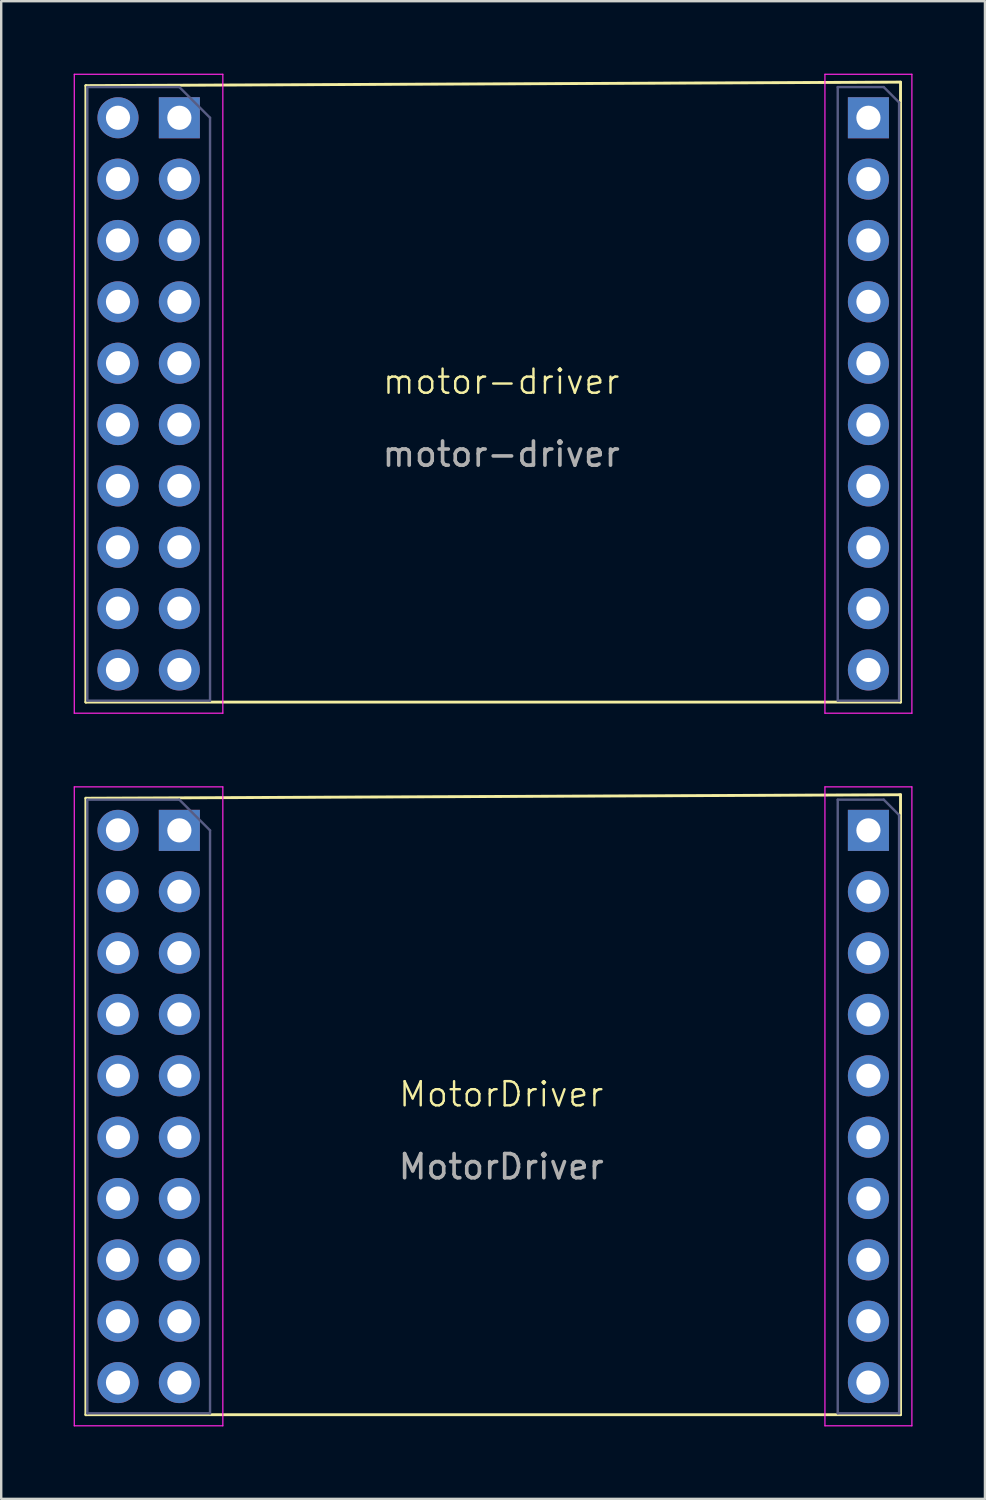
<source format=kicad_pcb>
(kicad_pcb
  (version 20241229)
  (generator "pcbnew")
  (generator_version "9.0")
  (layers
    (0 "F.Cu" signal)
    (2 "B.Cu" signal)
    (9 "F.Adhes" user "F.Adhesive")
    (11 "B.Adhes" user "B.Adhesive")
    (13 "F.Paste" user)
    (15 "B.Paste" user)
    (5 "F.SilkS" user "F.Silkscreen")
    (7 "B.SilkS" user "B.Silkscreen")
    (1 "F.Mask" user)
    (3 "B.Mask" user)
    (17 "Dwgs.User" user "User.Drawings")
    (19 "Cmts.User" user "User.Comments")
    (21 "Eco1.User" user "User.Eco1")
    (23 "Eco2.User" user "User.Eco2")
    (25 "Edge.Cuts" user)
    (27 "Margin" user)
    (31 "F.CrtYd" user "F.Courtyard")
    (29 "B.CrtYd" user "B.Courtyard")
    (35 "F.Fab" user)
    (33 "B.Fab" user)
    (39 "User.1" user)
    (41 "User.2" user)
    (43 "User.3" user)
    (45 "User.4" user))
  (footprint "motor-driver"
    (layer "F.Cu")
    (at 4.4 1.85)
    (property "Reference" "motor-driver" (at 13.3 10.9 0) (unlocked yes) (layer "F.SilkS") (effects (font (size 1 1) (thickness 0.1))))
    (attr through_hole)
    (fp_line (start -3.895 -1.355) (end -3.895 24.165) (stroke (width 0.12) (type solid)) (layer "F.SilkS"))
    (fp_line (start 29.83 -1.5) (end -3.895 -1.355) (stroke (width 0.12) (type solid)) (layer "F.SilkS"))
    (fp_line (start 29.83 -1.5) (end 29.83 24.165) (stroke (width 0.12) (type solid)) (layer "F.SilkS"))
    (fp_line (start 29.83 24.165) (end -3.895 24.165) (stroke (width 0.12) (type solid)) (layer "F.SilkS"))
    (fp_line (start -4.375 -1.825) (end 1.775 -1.825) (stroke (width 0.05) (type default)) (layer "F.CrtYd"))
    (fp_line (start -4.375 24.625) (end -4.375 -1.825) (stroke (width 0.05) (type solid)) (layer "F.CrtYd"))
    (fp_line (start -4.375 24.625) (end 1.775 24.625) (stroke (width 0.05) (type default)) (layer "F.CrtYd"))
    (fp_line (start 1.775 -1.825) (end 1.775 24.625) (stroke (width 0.05) (type solid)) (layer "F.CrtYd"))
    (fp_line (start 26.7 -1.825) (end 30.3 -1.825) (stroke (width 0.05) (type default)) (layer "F.CrtYd"))
    (fp_line (start 26.7 24.625) (end 26.7 -1.825) (stroke (width 0.05) (type solid)) (layer "F.CrtYd"))
    (fp_line (start 26.7 24.625) (end 30.3 24.625) (stroke (width 0.05) (type default)) (layer "F.CrtYd"))
    (fp_line (start 30.3 -1.825) (end 30.3 24.625) (stroke (width 0.05) (type solid)) (layer "F.CrtYd"))
    (fp_line (start -3.835 -1.295) (end -3.835 24.105) (stroke (width 0.1) (type solid)) (layer "B.Fab"))
    (fp_line (start -3.835 24.105) (end 1.245 24.105) (stroke (width 0.1) (type solid)) (layer "B.Fab"))
    (fp_line (start -0.025 -1.295) (end -3.835 -1.295) (stroke (width 0.1) (type solid)) (layer "B.Fab"))
    (fp_line (start 1.245 -0.025) (end -0.025 -1.295) (stroke (width 0.1) (type solid)) (layer "B.Fab"))
    (fp_line (start 1.245 24.105) (end 1.245 -0.025) (stroke (width 0.1) (type solid)) (layer "B.Fab"))
    (fp_line (start 27.23 -1.295) (end 27.23 24.105) (stroke (width 0.1) (type solid)) (layer "B.Fab"))
    (fp_line (start 27.23 24.105) (end 29.77 24.105) (stroke (width 0.1) (type solid)) (layer "B.Fab"))
    (fp_line (start 29.135 -1.295) (end 27.23 -1.295) (stroke (width 0.1) (type solid)) (layer "B.Fab"))
    (fp_line (start 29.77 -0.66) (end 29.135 -1.295) (stroke (width 0.1) (type solid)) (layer "B.Fab"))
    (fp_line (start 29.77 24.105) (end 29.77 -0.66) (stroke (width 0.1) (type solid)) (layer "B.Fab"))
    (fp_text user "${REFERENCE}" (at 13.3 13.9 0) (unlocked yes) (layer "F.Fab") (effects (font (size 1 1) (thickness 0.15))))
    (pad "1" thru_hole rect (at -0.025 -0.025 180) (size 1.7 1.7) (drill 1) (layers "*.Cu" "*.Mask"))
    (pad "2" thru_hole oval (at -2.565 -0.025 180) (size 1.7 1.7) (drill 1) (layers "*.Cu" "*.Mask"))
    (pad "3" thru_hole oval (at -0.025 2.515 180) (size 1.7 1.7) (drill 1) (layers "*.Cu" "*.Mask"))
    (pad "4" thru_hole oval (at -2.565 2.515 180) (size 1.7 1.7) (drill 1) (layers "*.Cu" "*.Mask"))
    (pad "5" thru_hole oval (at -0.025 5.055 180) (size 1.7 1.7) (drill 1) (layers "*.Cu" "*.Mask"))
    (pad "6" thru_hole oval (at -2.565 5.055 180) (size 1.7 1.7) (drill 1) (layers "*.Cu" "*.Mask"))
    (pad "7" thru_hole oval (at -0.025 7.595 180) (size 1.7 1.7) (drill 1) (layers "*.Cu" "*.Mask"))
    (pad "8" thru_hole oval (at -2.565 7.595 180) (size 1.7 1.7) (drill 1) (layers "*.Cu" "*.Mask"))
    (pad "9" thru_hole oval (at -0.025 10.135 180) (size 1.7 1.7) (drill 1) (layers "*.Cu" "*.Mask"))
    (pad "10" thru_hole oval (at -2.565 10.135 180) (size 1.7 1.7) (drill 1) (layers "*.Cu" "*.Mask"))
    (pad "11" thru_hole oval (at -0.025 12.675 180) (size 1.7 1.7) (drill 1) (layers "*.Cu" "*.Mask"))
    (pad "12" thru_hole oval (at -2.565 12.675 180) (size 1.7 1.7) (drill 1) (layers "*.Cu" "*.Mask"))
    (pad "13" thru_hole oval (at -0.025 15.215 180) (size 1.7 1.7) (drill 1) (layers "*.Cu" "*.Mask"))
    (pad "14" thru_hole oval (at -2.565 15.215 180) (size 1.7 1.7) (drill 1) (layers "*.Cu" "*.Mask"))
    (pad "15" thru_hole oval (at -0.025 17.755 180) (size 1.7 1.7) (drill 1) (layers "*.Cu" "*.Mask"))
    (pad "16" thru_hole oval (at -2.565 17.755 180) (size 1.7 1.7) (drill 1) (layers "*.Cu" "*.Mask"))
    (pad "17" thru_hole oval (at -0.025 20.295 180) (size 1.7 1.7) (drill 1) (layers "*.Cu" "*.Mask"))
    (pad "18" thru_hole oval (at -2.565 20.295 180) (size 1.7 1.7) (drill 1) (layers "*.Cu" "*.Mask"))
    (pad "19" thru_hole oval (at -0.025 22.835 180) (size 1.7 1.7) (drill 1) (layers "*.Cu" "*.Mask"))
    (pad "20" thru_hole oval (at -2.565 22.835 180) (size 1.7 1.7) (drill 1) (layers "*.Cu" "*.Mask"))
    (pad "21" thru_hole rect (at 28.5 -0.025 180) (size 1.7 1.7) (drill 1) (layers "*.Cu" "*.Mask"))
    (pad "22" thru_hole oval (at 28.5 2.515 180) (size 1.7 1.7) (drill 1) (layers "*.Cu" "*.Mask"))
    (pad "23" thru_hole oval (at 28.5 5.055 180) (size 1.7 1.7) (drill 1) (layers "*.Cu" "*.Mask"))
    (pad "24" thru_hole oval (at 28.5 7.595 180) (size 1.7 1.7) (drill 1) (layers "*.Cu" "*.Mask"))
    (pad "25" thru_hole oval (at 28.5 10.135 180) (size 1.7 1.7) (drill 1) (layers "*.Cu" "*.Mask"))
    (pad "26" thru_hole oval (at 28.5 12.675 180) (size 1.7 1.7) (drill 1) (layers "*.Cu" "*.Mask"))
    (pad "27" thru_hole oval (at 28.5 15.215 180) (size 1.7 1.7) (drill 1) (layers "*.Cu" "*.Mask"))
    (pad "28" thru_hole oval (at 28.5 17.755 180) (size 1.7 1.7) (drill 1) (layers "*.Cu" "*.Mask"))
    (pad "29" thru_hole oval (at 28.5 20.295 180) (size 1.7 1.7) (drill 1) (layers "*.Cu" "*.Mask"))
    (pad "30" thru_hole oval (at 28.5 22.835 180) (size 1.7 1.7) (drill 1) (layers "*.Cu" "*.Mask")))
  (footprint "MotorDriver"
    (layer "F.Cu")
    (at 4.4 31.35)
    (property "Reference" "MotorDriver" (at 13.3 10.9 0) (unlocked yes) (layer "F.SilkS") (effects (font (size 1 1) (thickness 0.1))))
    (attr through_hole)
    (fp_line (start -3.895 -1.355) (end -3.895 24.165) (stroke (width 0.12) (type solid)) (layer "F.SilkS"))
    (fp_line (start 29.83 -1.5) (end -3.895 -1.355) (stroke (width 0.12) (type solid)) (layer "F.SilkS"))
    (fp_line (start 29.83 -1.5) (end 29.83 24.165) (stroke (width 0.12) (type solid)) (layer "F.SilkS"))
    (fp_line (start 29.83 24.165) (end -3.895 24.165) (stroke (width 0.12) (type solid)) (layer "F.SilkS"))
    (fp_line (start -4.375 -1.825) (end 1.775 -1.825) (stroke (width 0.05) (type default)) (layer "F.CrtYd"))
    (fp_line (start -4.375 24.625) (end -4.375 -1.825) (stroke (width 0.05) (type solid)) (layer "F.CrtYd"))
    (fp_line (start -4.375 24.625) (end 1.775 24.625) (stroke (width 0.05) (type default)) (layer "F.CrtYd"))
    (fp_line (start 1.775 -1.825) (end 1.775 24.625) (stroke (width 0.05) (type solid)) (layer "F.CrtYd"))
    (fp_line (start 26.7 -1.825) (end 30.3 -1.825) (stroke (width 0.05) (type default)) (layer "F.CrtYd"))
    (fp_line (start 26.7 24.625) (end 26.7 -1.825) (stroke (width 0.05) (type solid)) (layer "F.CrtYd"))
    (fp_line (start 26.7 24.625) (end 30.3 24.625) (stroke (width 0.05) (type default)) (layer "F.CrtYd"))
    (fp_line (start 30.3 -1.825) (end 30.3 24.625) (stroke (width 0.05) (type solid)) (layer "F.CrtYd"))
    (fp_line (start -3.835 -1.295) (end -3.835 24.105) (stroke (width 0.1) (type solid)) (layer "B.Fab"))
    (fp_line (start -3.835 24.105) (end 1.245 24.105) (stroke (width 0.1) (type solid)) (layer "B.Fab"))
    (fp_line (start -0.025 -1.295) (end -3.835 -1.295) (stroke (width 0.1) (type solid)) (layer "B.Fab"))
    (fp_line (start 1.245 -0.025) (end -0.025 -1.295) (stroke (width 0.1) (type solid)) (layer "B.Fab"))
    (fp_line (start 1.245 24.105) (end 1.245 -0.025) (stroke (width 0.1) (type solid)) (layer "B.Fab"))
    (fp_line (start 27.23 -1.295) (end 27.23 24.105) (stroke (width 0.1) (type solid)) (layer "B.Fab"))
    (fp_line (start 27.23 24.105) (end 29.77 24.105) (stroke (width 0.1) (type solid)) (layer "B.Fab"))
    (fp_line (start 29.135 -1.295) (end 27.23 -1.295) (stroke (width 0.1) (type solid)) (layer "B.Fab"))
    (fp_line (start 29.77 -0.66) (end 29.135 -1.295) (stroke (width 0.1) (type solid)) (layer "B.Fab"))
    (fp_line (start 29.77 24.105) (end 29.77 -0.66) (stroke (width 0.1) (type solid)) (layer "B.Fab"))
    (fp_text user "${REFERENCE}" (at 13.3 13.9 0) (unlocked yes) (layer "F.Fab") (effects (font (size 1 1) (thickness 0.15))))
    (pad "1" thru_hole rect (at -0.025 -0.025 180) (size 1.7 1.7) (drill 1) (layers "*.Cu" "*.Mask"))
    (pad "2" thru_hole oval (at -2.565 -0.025 180) (size 1.7 1.7) (drill 1) (layers "*.Cu" "*.Mask"))
    (pad "3" thru_hole oval (at -0.025 2.515 180) (size 1.7 1.7) (drill 1) (layers "*.Cu" "*.Mask"))
    (pad "4" thru_hole oval (at -2.565 2.515 180) (size 1.7 1.7) (drill 1) (layers "*.Cu" "*.Mask"))
    (pad "5" thru_hole oval (at -0.025 5.055 180) (size 1.7 1.7) (drill 1) (layers "*.Cu" "*.Mask"))
    (pad "6" thru_hole oval (at -2.565 5.055 180) (size 1.7 1.7) (drill 1) (layers "*.Cu" "*.Mask"))
    (pad "7" thru_hole oval (at -0.025 7.595 180) (size 1.7 1.7) (drill 1) (layers "*.Cu" "*.Mask"))
    (pad "8" thru_hole oval (at -2.565 7.595 180) (size 1.7 1.7) (drill 1) (layers "*.Cu" "*.Mask"))
    (pad "9" thru_hole oval (at -0.025 10.135 180) (size 1.7 1.7) (drill 1) (layers "*.Cu" "*.Mask"))
    (pad "10" thru_hole oval (at -2.565 10.135 180) (size 1.7 1.7) (drill 1) (layers "*.Cu" "*.Mask"))
    (pad "11" thru_hole oval (at -0.025 12.675 180) (size 1.7 1.7) (drill 1) (layers "*.Cu" "*.Mask"))
    (pad "12" thru_hole oval (at -2.565 12.675 180) (size 1.7 1.7) (drill 1) (layers "*.Cu" "*.Mask"))
    (pad "13" thru_hole oval (at -0.025 15.215 180) (size 1.7 1.7) (drill 1) (layers "*.Cu" "*.Mask"))
    (pad "14" thru_hole oval (at -2.565 15.215 180) (size 1.7 1.7) (drill 1) (layers "*.Cu" "*.Mask"))
    (pad "15" thru_hole oval (at -0.025 17.755 180) (size 1.7 1.7) (drill 1) (layers "*.Cu" "*.Mask"))
    (pad "16" thru_hole oval (at -2.565 17.755 180) (size 1.7 1.7) (drill 1) (layers "*.Cu" "*.Mask"))
    (pad "17" thru_hole oval (at -0.025 20.295 180) (size 1.7 1.7) (drill 1) (layers "*.Cu" "*.Mask"))
    (pad "18" thru_hole oval (at -2.565 20.295 180) (size 1.7 1.7) (drill 1) (layers "*.Cu" "*.Mask"))
    (pad "19" thru_hole oval (at -0.025 22.835 180) (size 1.7 1.7) (drill 1) (layers "*.Cu" "*.Mask"))
    (pad "20" thru_hole oval (at -2.565 22.835 180) (size 1.7 1.7) (drill 1) (layers "*.Cu" "*.Mask"))
    (pad "21" thru_hole rect (at 28.5 -0.025 180) (size 1.7 1.7) (drill 1) (layers "*.Cu" "*.Mask"))
    (pad "22" thru_hole oval (at 28.5 2.515 180) (size 1.7 1.7) (drill 1) (layers "*.Cu" "*.Mask"))
    (pad "23" thru_hole oval (at 28.5 5.055 180) (size 1.7 1.7) (drill 1) (layers "*.Cu" "*.Mask"))
    (pad "24" thru_hole oval (at 28.5 7.595 180) (size 1.7 1.7) (drill 1) (layers "*.Cu" "*.Mask"))
    (pad "25" thru_hole oval (at 28.5 10.135 180) (size 1.7 1.7) (drill 1) (layers "*.Cu" "*.Mask"))
    (pad "26" thru_hole oval (at 28.5 12.675 180) (size 1.7 1.7) (drill 1) (layers "*.Cu" "*.Mask"))
    (pad "27" thru_hole oval (at 28.5 15.215 180) (size 1.7 1.7) (drill 1) (layers "*.Cu" "*.Mask"))
    (pad "28" thru_hole oval (at 28.5 17.755 180) (size 1.7 1.7) (drill 1) (layers "*.Cu" "*.Mask"))
    (pad "29" thru_hole oval (at 28.5 20.295 180) (size 1.7 1.7) (drill 1) (layers "*.Cu" "*.Mask"))
    (pad "30" thru_hole oval (at 28.5 22.835 180) (size 1.7 1.7) (drill 1) (layers "*.Cu" "*.Mask")))
  (gr_rect
    (start -3 -3)
    (end 37.725 59)
    (stroke (width 0.1) (type default))
    (fill no)
    (layer "Edge.Cuts")))
</source>
